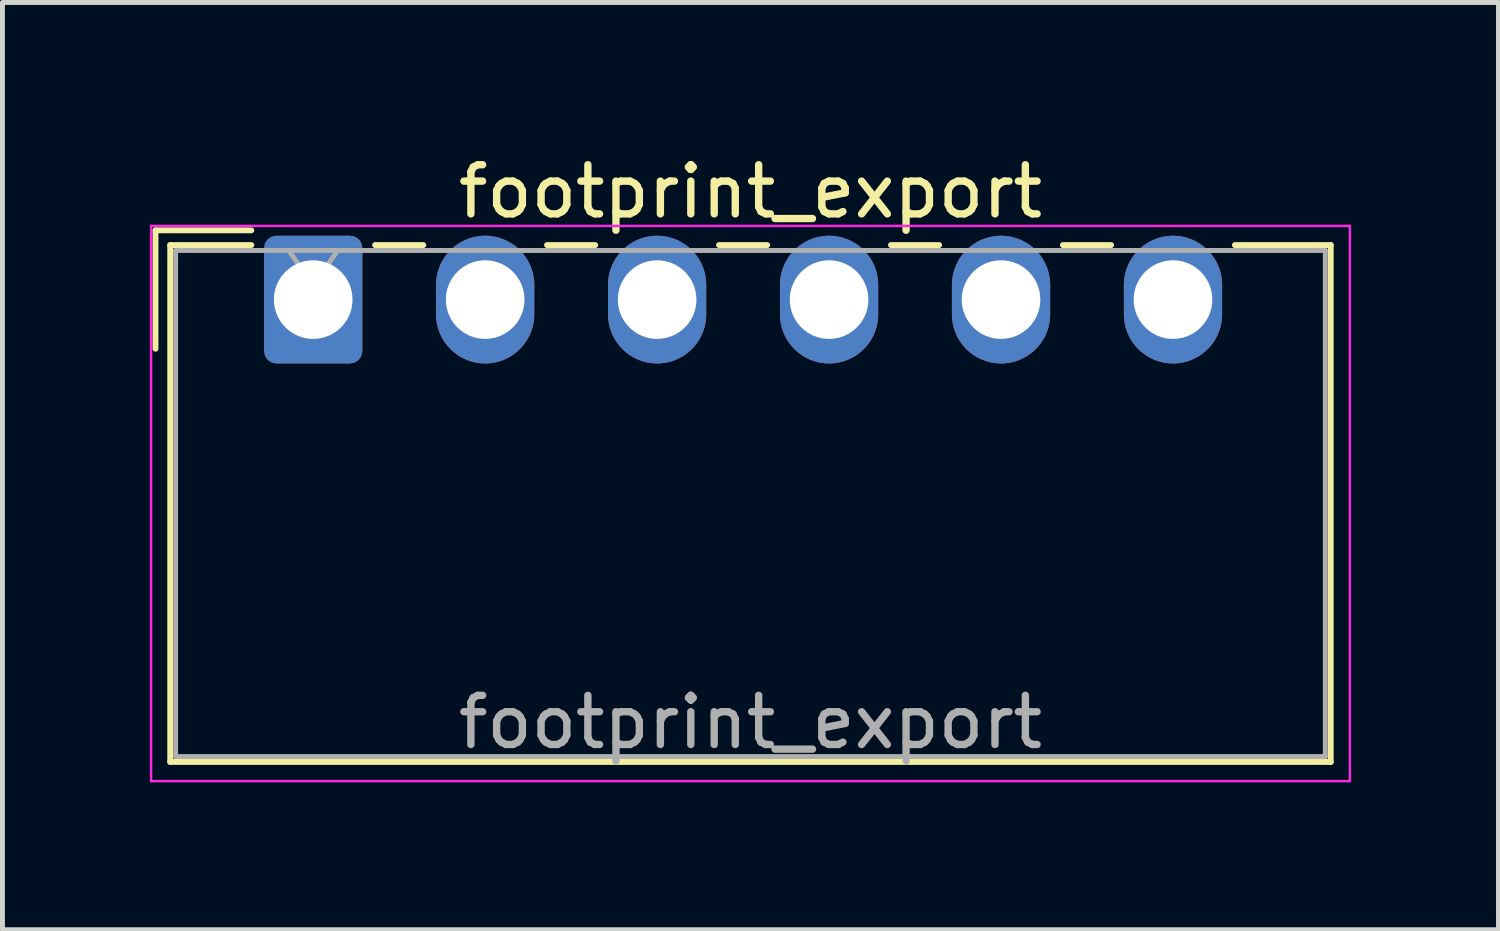
<source format=kicad_pcb>
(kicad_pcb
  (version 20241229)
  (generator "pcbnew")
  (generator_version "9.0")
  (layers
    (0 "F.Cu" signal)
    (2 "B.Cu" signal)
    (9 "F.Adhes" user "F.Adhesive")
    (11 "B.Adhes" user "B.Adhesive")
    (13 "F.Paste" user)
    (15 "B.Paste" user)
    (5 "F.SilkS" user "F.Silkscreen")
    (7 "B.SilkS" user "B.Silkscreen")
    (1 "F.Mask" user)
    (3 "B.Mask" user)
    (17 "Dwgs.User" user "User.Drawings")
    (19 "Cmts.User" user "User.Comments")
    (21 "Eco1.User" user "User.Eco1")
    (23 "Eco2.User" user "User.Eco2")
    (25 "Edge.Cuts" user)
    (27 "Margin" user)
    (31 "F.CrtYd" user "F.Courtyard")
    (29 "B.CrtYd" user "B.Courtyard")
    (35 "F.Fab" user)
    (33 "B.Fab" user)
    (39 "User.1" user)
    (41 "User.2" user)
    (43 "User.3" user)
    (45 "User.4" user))
  (footprint "footprint_export"
    (layer "F.Cu")
    (at 3.325 3.048)
    (property "Reference" "footprint_export" (at 8.9 -2.2 0) (layer "F.SilkS") (effects (font (size 1 1) (thickness 0.15))))
    (attr through_hole)
    (fp_line (start -3.21 -1.41) (end -1.26 -1.41) (stroke (width 0.12) (type solid)) (layer "F.SilkS"))
    (fp_line (start -3.21 1) (end -3.21 -1.41) (stroke (width 0.12) (type solid)) (layer "F.SilkS"))
    (fp_line (start -2.91 -1.11) (end -2.91 9.41) (stroke (width 0.12) (type solid)) (layer "F.SilkS"))
    (fp_line (start -2.91 9.41) (end 20.71 9.41) (stroke (width 0.12) (type solid)) (layer "F.SilkS"))
    (fp_line (start -1.26 -1.11) (end -2.91 -1.11) (stroke (width 0.12) (type solid)) (layer "F.SilkS"))
    (fp_line (start 1.26 -1.11) (end 2.24 -1.11) (stroke (width 0.12) (type solid)) (layer "F.SilkS"))
    (fp_line (start 4.76 -1.11) (end 5.74 -1.11) (stroke (width 0.12) (type solid)) (layer "F.SilkS"))
    (fp_line (start 8.26 -1.11) (end 9.24 -1.11) (stroke (width 0.12) (type solid)) (layer "F.SilkS"))
    (fp_line (start 11.76 -1.11) (end 12.74 -1.11) (stroke (width 0.12) (type solid)) (layer "F.SilkS"))
    (fp_line (start 15.26 -1.11) (end 16.24 -1.11) (stroke (width 0.12) (type solid)) (layer "F.SilkS"))
    (fp_line (start 20.71 -1.11) (end 18.76 -1.11) (stroke (width 0.12) (type solid)) (layer "F.SilkS"))
    (fp_line (start 20.71 9.41) (end 20.71 -1.11) (stroke (width 0.12) (type solid)) (layer "F.SilkS"))
    (fp_line (start -3.3 -1.5) (end -3.3 9.8) (stroke (width 0.05) (type solid)) (layer "F.CrtYd"))
    (fp_line (start -3.3 9.8) (end 21.1 9.8) (stroke (width 0.05) (type solid)) (layer "F.CrtYd"))
    (fp_line (start 21.1 -1.5) (end -3.3 -1.5) (stroke (width 0.05) (type solid)) (layer "F.CrtYd"))
    (fp_line (start 21.1 9.8) (end 21.1 -1.5) (stroke (width 0.05) (type solid)) (layer "F.CrtYd"))
    (fp_line (start -2.8 -1) (end -2.8 9.3) (stroke (width 0.1) (type solid)) (layer "F.Fab"))
    (fp_line (start -2.8 9.3) (end 20.6 9.3) (stroke (width 0.1) (type solid)) (layer "F.Fab"))
    (fp_line (start -0.5 -1) (end 0 -0.293) (stroke (width 0.1) (type solid)) (layer "F.Fab"))
    (fp_line (start 0 -0.293) (end 0.5 -1) (stroke (width 0.1) (type solid)) (layer "F.Fab"))
    (fp_line (start 20.6 -1) (end -2.8 -1) (stroke (width 0.1) (type solid)) (layer "F.Fab"))
    (fp_line (start 20.6 9.3) (end 20.6 -1) (stroke (width 0.1) (type solid)) (layer "F.Fab"))
    (fp_text user "${REFERENCE}" (at 8.9 8.6 0) (layer "F.Fab") (effects (font (size 1 1) (thickness 0.15))))
    (pad "1" thru_hole roundrect (at 0 0) (size 2 2.6) (drill 1.6) (layers "*.Cu" "*.Mask") (roundrect_rratio 0.125))
    (pad "2" thru_hole oval (at 3.5 0) (size 2 2.6) (drill 1.6) (layers "*.Cu" "*.Mask"))
    (pad "3" thru_hole oval (at 7 0) (size 2 2.6) (drill 1.6) (layers "*.Cu" "*.Mask"))
    (pad "4" thru_hole oval (at 10.5 0) (size 2 2.6) (drill 1.6) (layers "*.Cu" "*.Mask"))
    (pad "5" thru_hole oval (at 14 0) (size 2 2.6) (drill 1.6) (layers "*.Cu" "*.Mask"))
    (pad "6" thru_hole oval (at 17.5 0) (size 2 2.6) (drill 1.6) (layers "*.Cu" "*.Mask")))
  (gr_rect
    (start -3 -3)
    (end 27.45 15.873)
    (stroke (width 0.1) (type default))
    (fill no)
    (layer "Edge.Cuts")))
</source>
